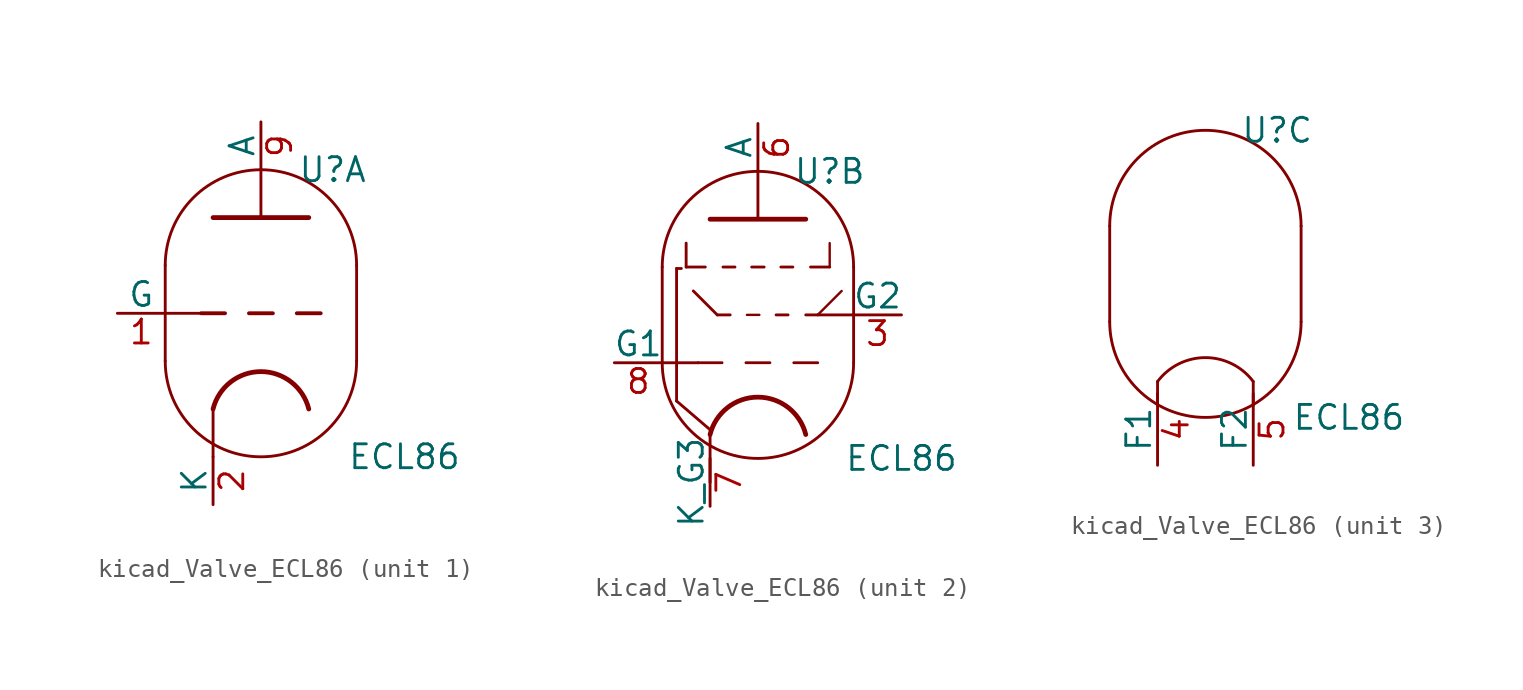
<source format=kicad_sym>
(kicad_symbol_lib
  (version 20220914)
  (generator kicad_symbol_editor)
  (symbol "kicad_Valve_ECL86"
    (pin_names
      (offset 0))
    (property "Reference" "U"
      (at 3.81 7.62 0)
      (effects (font (size 1.27 1.27))))
    (property "Value" "ECL86"
      (at 7.62 -7.62 0)
      (effects (font (size 1.27 1.27))))
    (property "ki_locked" ""
      (at 0 0 0)
      (effects (font (size 1.27 1.27))))
    (symbol "kicad_Valve_ECL86_0_1"
      (arc (start -5.08 -2.54) (mid 0 -7.5979) (end 5.08 -2.54) (stroke (width 0) (type default)) (fill (type none)))
      (polyline (pts (xy 5.08 2.54) (xy 5.08 -2.54)) (stroke (width 0) (type default)) (fill (type none)))
      (polyline (pts (xy -5.08 2.54) (xy -5.08 -2.54) (xy -5.08 -2.54) (xy -5.08 -2.54) (xy -5.08 -2.54)) (stroke (width 0) (type default)) (fill (type none)))
      (arc (start 5.08 2.54) (mid 0 7.5979) (end -5.08 2.54) (stroke (width 0) (type default)) (fill (type none))))
    (symbol "kicad_Valve_ECL86_1_1"
      (polyline (pts (xy -5.08 0) (xy -3.175 0)) (stroke (width 0) (type default)) (fill (type none)))
      (polyline (pts (xy -2.54 -5.08) (xy -2.54 -7.62)) (stroke (width 0) (type default)) (fill (type none)))
      (polyline (pts (xy -1.905 0) (xy -3.175 0)) (stroke (width 0.203) (type default)) (fill (type none)))
      (polyline (pts (xy -0.635 0) (xy 0.635 0)) (stroke (width 0.203) (type default)) (fill (type none)))
      (polyline (pts (xy 0 5.08) (xy 0 7.62)) (stroke (width 0) (type default)) (fill (type none)))
      (polyline (pts (xy 1.905 0) (xy 3.175 0)) (stroke (width 0.203) (type default)) (fill (type none)))
      (polyline (pts (xy -2.54 5.08) (xy 2.54 5.08) (xy 2.54 5.08)) (stroke (width 0.254) (type default)) (fill (type none)))
      (arc (start 2.54 -5.08) (mid 0 -3.0968) (end -2.54 -5.08) (stroke (width 0.254) (type default)) (fill (type none)))
      (pin input line (at -7.62 0 0) (length 2.54) (name "G" (effects (font (size 1.27 1.27)))) (number "1" (effects (font (size 1.27 1.27)))))
      (pin bidirectional line (at -2.54 -10.16 90) (length 2.54) (name "K" (effects (font (size 1.27 1.27)))) (number "2" (effects (font (size 1.27 1.27)))))
      (pin output line (at 0 10.16 270) (length 2.54) (name "A" (effects (font (size 1.27 1.27)))) (number "9" (effects (font (size 1.27 1.27))))))
    (symbol "kicad_Valve_ECL86_2_0"
      (polyline (pts (xy -2.54 -6.35) (xy -2.54 -8.89)) (stroke (width 0) (type default)) (fill (type none)))
      (polyline (pts (xy -0.635 -2.54) (xy 0.635 -2.54)) (stroke (width 0.152) (type default)) (fill (type none)))
      (polyline (pts (xy 3.175 0) (xy 5.08 0)) (stroke (width 0) (type default)) (fill (type none))))
    (symbol "kicad_Valve_ECL86_2_1"
      (polyline (pts (xy -5.08 -2.54) (xy -3.175 -2.54)) (stroke (width 0) (type default)) (fill (type none)))
      (polyline (pts (xy -4.318 -4.572) (xy -4.318 2.464)) (stroke (width 0.152) (type default)) (fill (type none)))
      (polyline (pts (xy -4.318 -4.572) (xy -2.54 -6.096)) (stroke (width 0.152) (type default)) (fill (type none)))
      (polyline (pts (xy -4.064 2.464) (xy -4.318 2.464)) (stroke (width 0.152) (type default)) (fill (type none)))
      (polyline (pts (xy -3.81 2.54) (xy -2.794 2.54)) (stroke (width 0.152) (type default)) (fill (type none)))
      (polyline (pts (xy -3.81 3.81) (xy -3.81 2.54)) (stroke (width 0.152) (type default)) (fill (type none)))
      (polyline (pts (xy -3.429 1.27) (xy -2.159 0)) (stroke (width 0.152) (type default)) (fill (type none)))
      (polyline (pts (xy -2.159 0) (xy -1.473 0)) (stroke (width 0.152) (type default)) (fill (type none)))
      (polyline (pts (xy -1.905 -2.54) (xy -3.175 -2.54)) (stroke (width 0.152) (type default)) (fill (type none)))
      (polyline (pts (xy -1.854 2.54) (xy -1.219 2.54)) (stroke (width 0.152) (type default)) (fill (type none)))
      (polyline (pts (xy -0.584 0) (xy 0.076 0)) (stroke (width 0.127) (type default)) (fill (type none)))
      (polyline (pts (xy -0.33 2.54) (xy 0.33 2.54)) (stroke (width 0.152) (type default)) (fill (type none)))
      (polyline (pts (xy 0 5.08) (xy 0 7.62)) (stroke (width 0) (type default)) (fill (type none)))
      (polyline (pts (xy 0.965 0) (xy 1.6 0)) (stroke (width 0.152) (type default)) (fill (type none)))
      (polyline (pts (xy 1.219 2.54) (xy 1.854 2.54)) (stroke (width 0.152) (type default)) (fill (type none)))
      (polyline (pts (xy 1.905 -2.54) (xy 3.175 -2.54)) (stroke (width 0.152) (type default)) (fill (type none)))
      (polyline (pts (xy 2.54 0) (xy 3.175 0)) (stroke (width 0.152) (type default)) (fill (type none)))
      (polyline (pts (xy 3.81 2.54) (xy 2.794 2.54)) (stroke (width 0.152) (type default)) (fill (type none)))
      (polyline (pts (xy 3.81 3.81) (xy 3.81 2.54)) (stroke (width 0.127) (type default)) (fill (type none)))
      (polyline (pts (xy 4.445 1.27) (xy 3.175 0)) (stroke (width 0.127) (type default)) (fill (type none)))
      (polyline (pts (xy -2.54 5.08) (xy 2.54 5.08) (xy 2.54 5.08)) (stroke (width 0.254) (type default)) (fill (type none)))
      (arc (start 2.54 -6.35) (mid 0 -4.3668) (end -2.54 -6.35) (stroke (width 0.254) (type default)) (fill (type none)))
      (pin input line (at 7.62 0 180) (length 2.54) (name "G2" (effects (font (size 1.27 1.27)))) (number "3" (effects (font (size 1.27 1.27)))))
      (pin output line (at 0 10.16 270) (length 2.54) (name "A" (effects (font (size 1.27 1.27)))) (number "6" (effects (font (size 1.27 1.27)))))
      (pin bidirectional line (at -2.54 -10.16 90) (length 2.54) (name "K_G3" (effects (font (size 1.27 1.27)))) (number "7" (effects (font (size 1.27 1.27)))))
      (pin input line (at -7.62 -2.54 0) (length 2.54) (name "G1" (effects (font (size 1.27 1.27)))) (number "8" (effects (font (size 1.27 1.27))))))
    (symbol "kicad_Valve_ECL86_3_1"
      (polyline (pts (xy -2.54 -6.985) (xy -2.54 -5.715) (xy -2.54 -5.715)) (stroke (width 0) (type default)) (fill (type none)))
      (polyline (pts (xy 2.54 -6.985) (xy 2.54 -5.715) (xy 2.54 -5.715)) (stroke (width 0) (type default)) (fill (type none)))
      (arc (start 2.54 -5.715) (mid 0 -4.445) (end -2.54 -5.715) (stroke (width 0) (type default)) (fill (type none)))
      (pin power_in line (at -2.54 -10.16 90) (length 3.81) (name "F1" (effects (font (size 1.27 1.27)))) (number "4" (effects (font (size 1.27 1.27)))))
      (pin power_in line (at 2.54 -10.16 90) (length 3.81) (name "F2" (effects (font (size 1.27 1.27)))) (number "5" (effects (font (size 1.27 1.27))))))))
</source>
